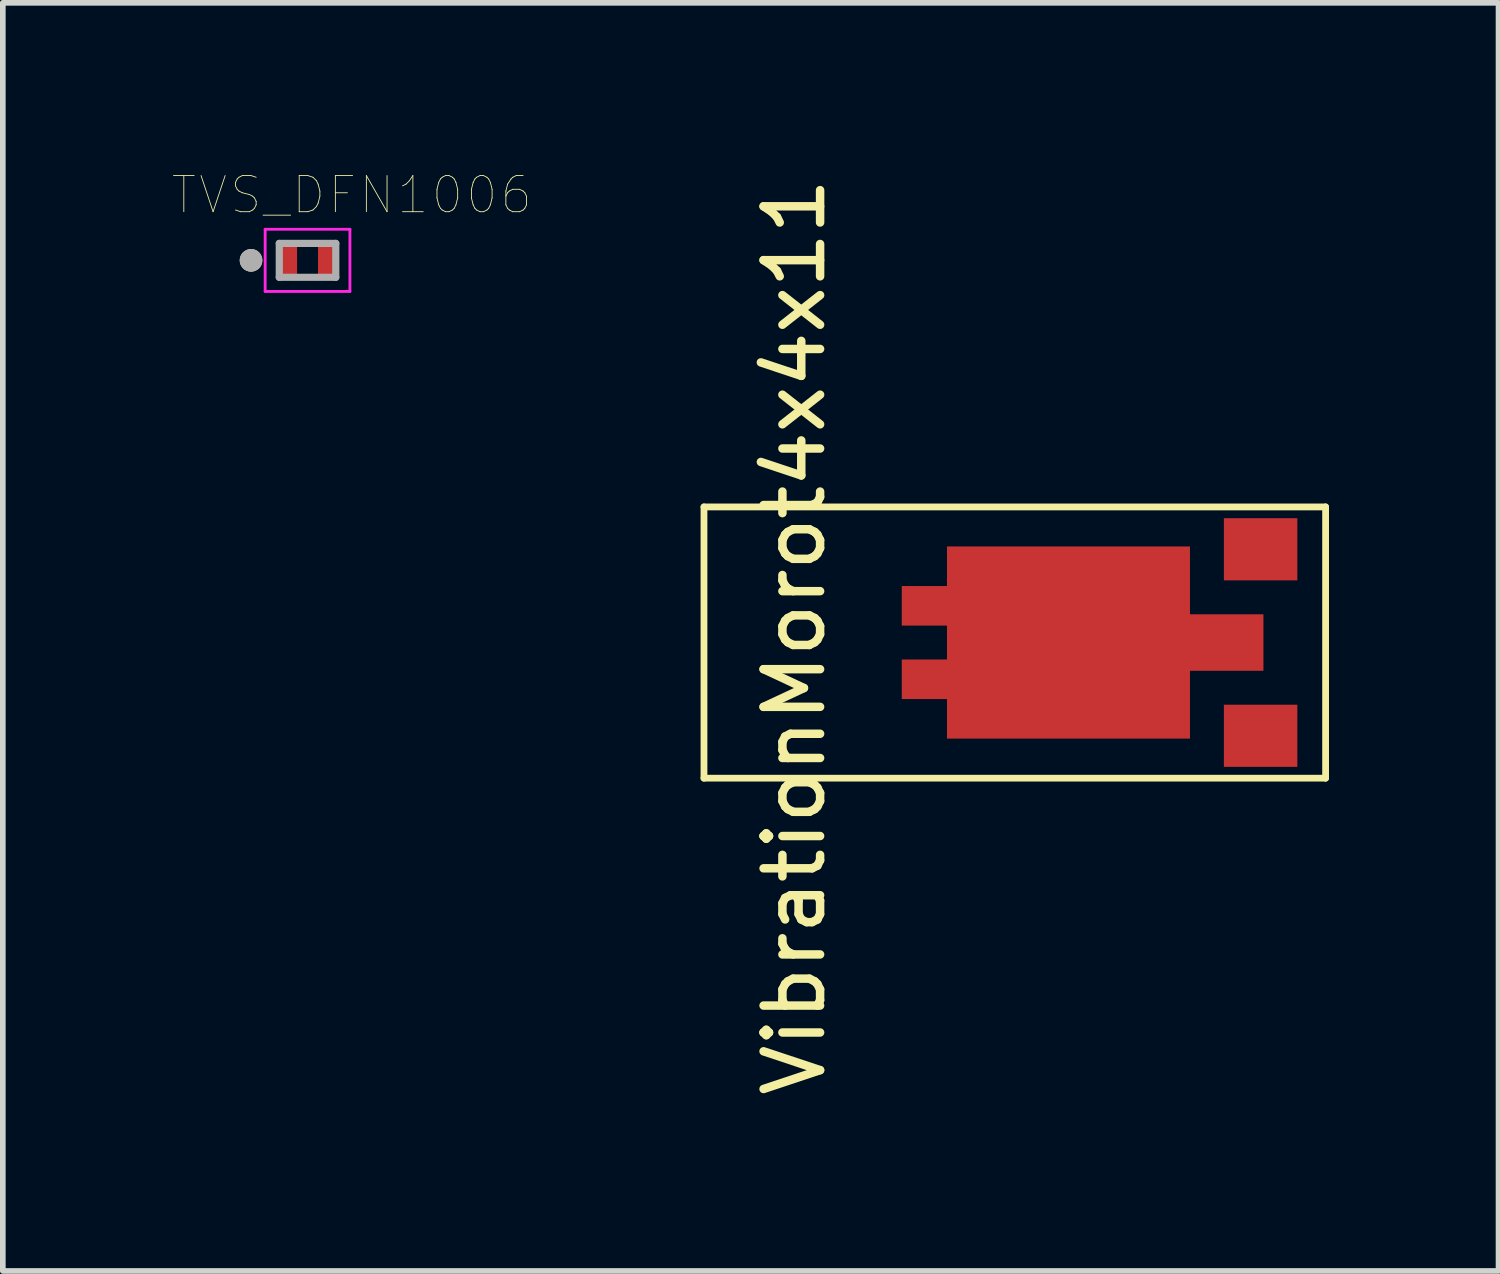
<source format=kicad_pcb>
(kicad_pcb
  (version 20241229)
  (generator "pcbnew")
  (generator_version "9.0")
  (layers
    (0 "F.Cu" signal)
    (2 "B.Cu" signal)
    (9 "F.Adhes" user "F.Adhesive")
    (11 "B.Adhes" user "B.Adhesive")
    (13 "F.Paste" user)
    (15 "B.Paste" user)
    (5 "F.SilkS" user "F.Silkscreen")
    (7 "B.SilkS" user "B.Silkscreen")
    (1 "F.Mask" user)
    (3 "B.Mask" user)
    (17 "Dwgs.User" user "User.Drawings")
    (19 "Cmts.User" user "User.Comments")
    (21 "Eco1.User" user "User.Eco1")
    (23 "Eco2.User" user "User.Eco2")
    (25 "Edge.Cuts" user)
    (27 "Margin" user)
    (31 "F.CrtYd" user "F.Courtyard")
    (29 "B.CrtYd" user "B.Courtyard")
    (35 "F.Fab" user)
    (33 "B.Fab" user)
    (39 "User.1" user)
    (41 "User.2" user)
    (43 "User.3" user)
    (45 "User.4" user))
  (footprint "TVS_DFN1006"
    (layer "F.Cu")
    (at 2.392 1.557)
    (property "Reference" "TVS_DFN1006" (at 0.782 -1.156 0) (layer "F.SilkS") (effects (font (size 0.64 0.64) (thickness 0.015))))
    (attr through_hole)
    (fp_circle (center -1 0) (end -0.9 0) (stroke (width 0.2) (type solid)) (fill no) (layer "F.SilkS"))
    (fp_line (start -0.75 -0.55) (end 0.75 -0.55) (stroke (width 0.05) (type solid)) (layer "F.CrtYd"))
    (fp_line (start -0.75 0.55) (end -0.75 -0.55) (stroke (width 0.05) (type solid)) (layer "F.CrtYd"))
    (fp_line (start 0.75 -0.55) (end 0.75 0.55) (stroke (width 0.05) (type solid)) (layer "F.CrtYd"))
    (fp_line (start 0.75 0.55) (end -0.75 0.55) (stroke (width 0.05) (type solid)) (layer "F.CrtYd"))
    (fp_line (start -0.5 -0.3) (end 0.5 -0.3) (stroke (width 0.127) (type solid)) (layer "F.Fab"))
    (fp_line (start -0.5 0.3) (end -0.5 -0.3) (stroke (width 0.127) (type solid)) (layer "F.Fab"))
    (fp_line (start 0.5 -0.3) (end 0.5 0.3) (stroke (width 0.127) (type solid)) (layer "F.Fab"))
    (fp_line (start 0.5 0.3) (end -0.5 0.3) (stroke (width 0.127) (type solid)) (layer "F.Fab"))
    (fp_circle (center -1 0) (end -0.9 0) (stroke (width 0.2) (type solid)) (fill no) (layer "F.Fab"))
    (pad "1" smd rect (at -0.325 0) (size 0.28 0.52) (layers "F.Cu" "F.Mask" "F.Paste"))
    (pad "2" smd rect (at 0.325 0) (size 0.28 0.52) (layers "F.Cu" "F.Mask" "F.Paste")))
  (footprint "VibrationMorot4x4x11"
    (layer "F.Cu")
    (at 16.407 8.32)
    (property "Reference" "VibrationMorot4x4x11" (at -5.4 -0.1 90) (layer "F.SilkS") (effects (font (size 1 1) (thickness 0.15))))
    (attr through_hole)
    (fp_line (start -7 -2.4) (end -7 2.4) (stroke (width 0.12) (type solid)) (layer "F.SilkS"))
    (fp_line (start -7 2.4) (end 4 2.4) (stroke (width 0.12) (type solid)) (layer "F.SilkS"))
    (fp_line (start 4 -2.4) (end -7 -2.4) (stroke (width 0.12) (type solid)) (layer "F.SilkS"))
    (fp_line (start 4 2.4) (end 4 -2.4) (stroke (width 0.12) (type solid)) (layer "F.SilkS"))
    (pad "1" smd rect (at 2.85 -1.65) (size 1.3 1.1) (layers "F.Cu" "F.Mask" "F.Paste"))
    (pad "2" smd rect (at 2.85 1.65) (size 1.3 1.1) (layers "F.Cu" "F.Mask" "F.Paste"))
    (pad "CASE" smd custom (at -1.05 -0.1) (size 1.524 1.524) (layers "F.Cu" "F.Mask" "F.Paste") (options (anchor rect)) (primitives (gr_poly (pts (xy 2.65 -0.4) (xy 3.95 -0.4) (xy 3.95 0.6) (xy 2.65 0.6) (xy 2.65 1.8) (xy -1.65 1.8) (xy -1.65 1.1) (xy -2.45 1.1) (xy -2.45 0.4) (xy -1.65 0.4) (xy -1.65 -0.2) (xy -2.45 -0.2) (xy -2.45 -0.9) (xy -1.65 -0.9) (xy -1.65 -1.6) (xy 2.65 -1.6)) (width 0) (fill yes)))))
  (gr_rect
    (start -3 -3)
    (end 23.467 19.44)
    (stroke (width 0.1) (type default))
    (fill no)
    (layer "Edge.Cuts")))
</source>
